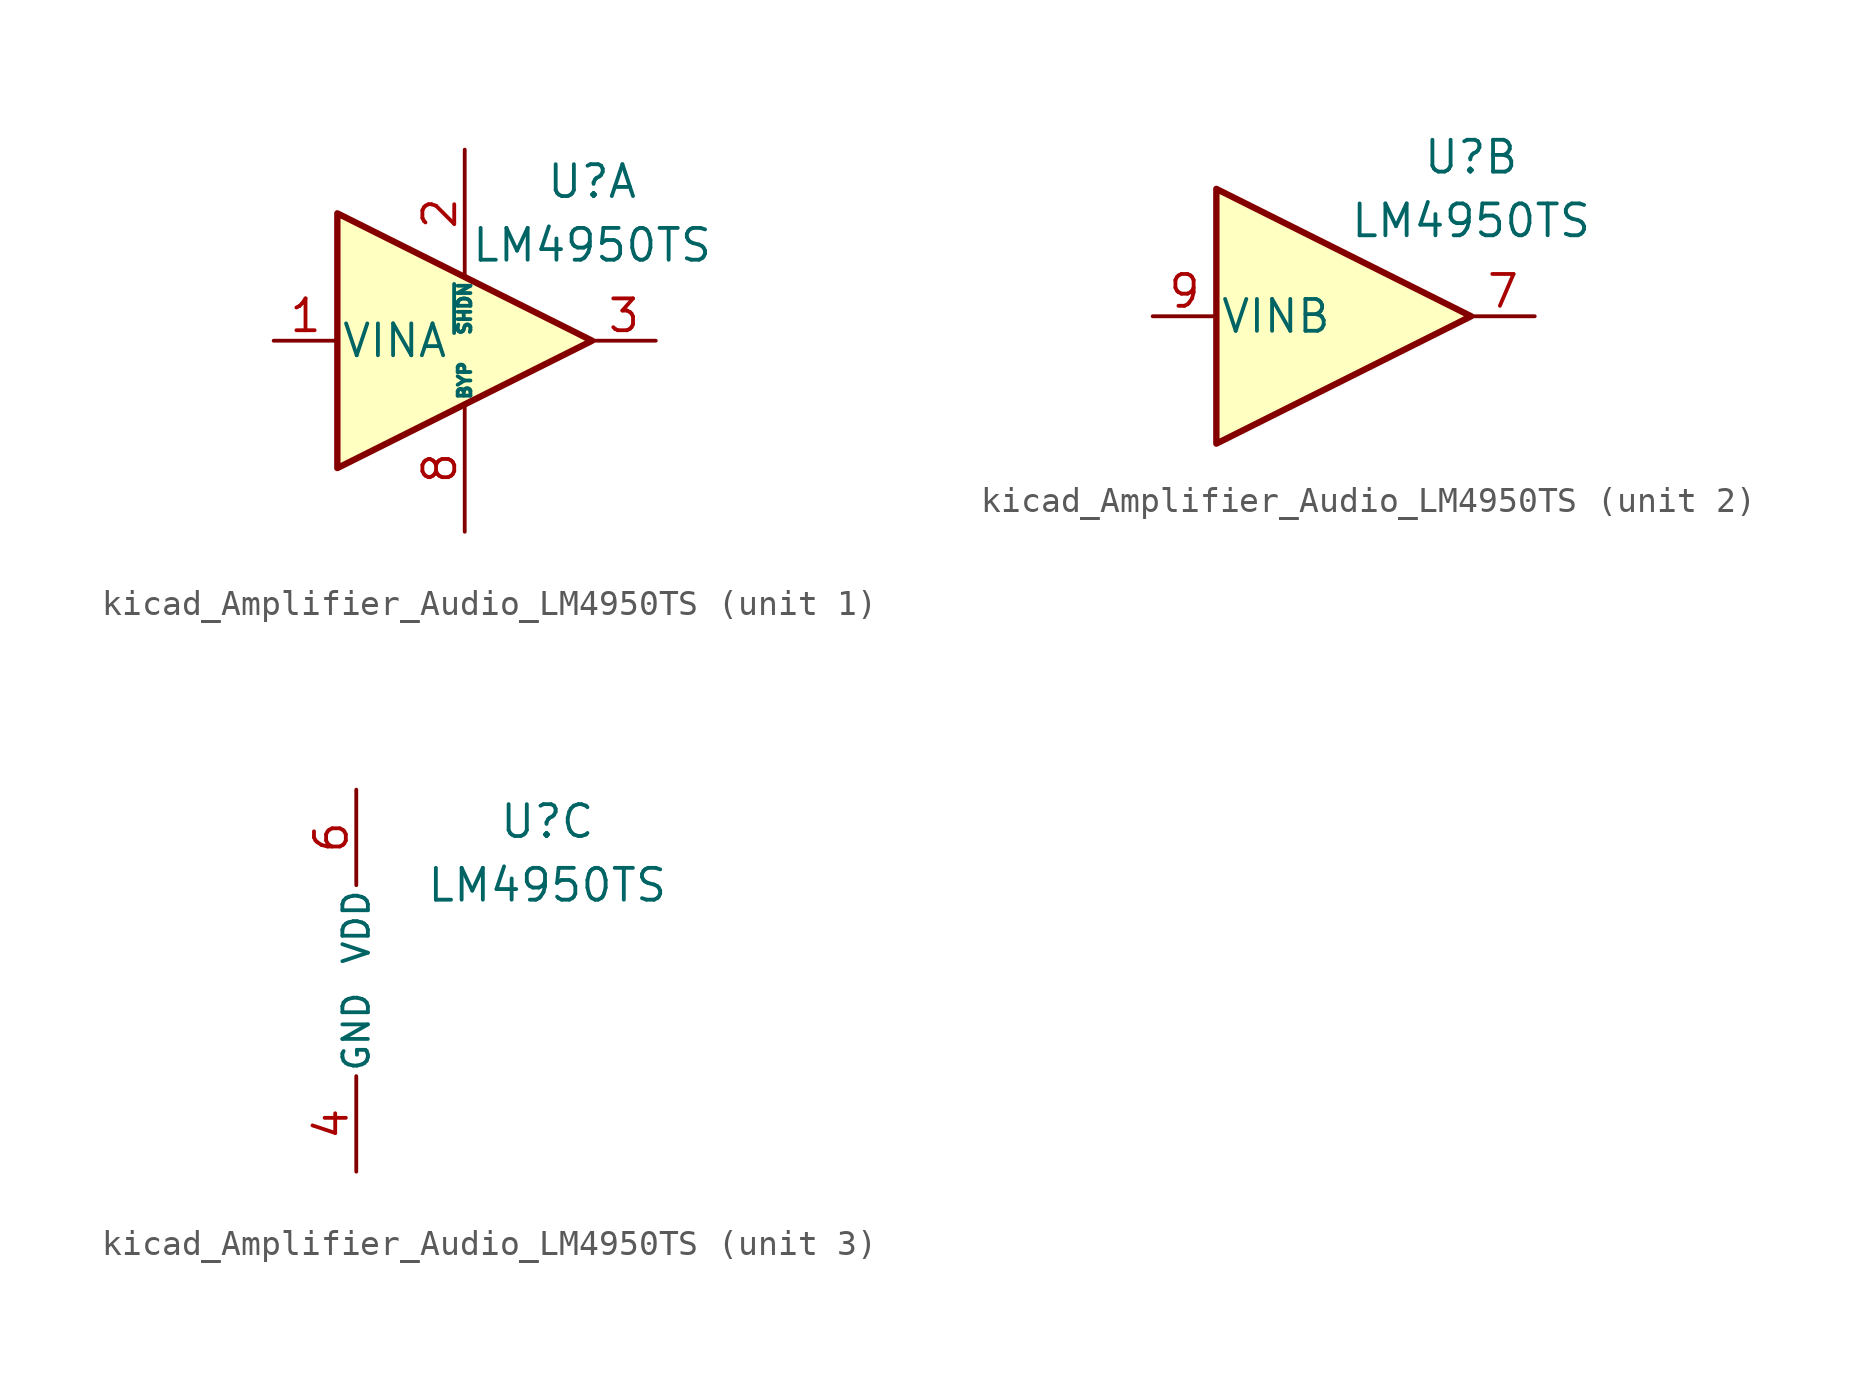
<source format=kicad_sym>
(kicad_symbol_lib
  (version 20220914)
  (generator kicad_symbol_editor)
  (symbol "kicad_Amplifier_Audio_LM4950TS"
    (pin_names
      (offset 0.127))
    (property "Reference" "U"
      (at 5.08 6.35 0)
      (effects (font (size 1.27 1.27))))
    (property "Value" "LM4950TS"
      (at 5.08 3.81 0)
      (effects (font (size 1.27 1.27))))
    (property "ki_locked" ""
      (at 0 0 0)
      (effects (font (size 1.27 1.27))))
    (symbol "kicad_Amplifier_Audio_LM4950TS_1_1"
      (polyline (pts (xy -5.08 5.08) (xy 5.08 0) (xy -5.08 -5.08) (xy -5.08 5.08)) (stroke (width 0.254) (type default)) (fill (type background)))
      (pin input line (at -7.62 0 0) (length 2.54) (name "VINA" (effects (font (size 1.27 1.27)))) (number "1" (effects (font (size 1.27 1.27)))))
      (pin input line (at 0 7.62 270) (length 5.08) (name "~{SHDN}" (effects (font (size 0.508 0.508)))) (number "2" (effects (font (size 1.27 1.27)))))
      (pin output line (at 7.62 0 180) (length 2.54) (name "~" (effects (font (size 1.27 1.27)))) (number "3" (effects (font (size 1.27 1.27)))))
      (pin passive line (at 0 -7.62 90) (length 5.08) (name "BYP" (effects (font (size 0.508 0.508)))) (number "8" (effects (font (size 1.27 1.27))))))
    (symbol "kicad_Amplifier_Audio_LM4950TS_2_1"
      (polyline (pts (xy -5.08 5.08) (xy 5.08 0) (xy -5.08 -5.08) (xy -5.08 5.08)) (stroke (width 0.254) (type default)) (fill (type background)))
      (pin output line (at 7.62 0 180) (length 2.54) (name "~" (effects (font (size 1.27 1.27)))) (number "7" (effects (font (size 1.27 1.27)))))
      (pin input line (at -7.62 0 0) (length 2.54) (name "VINB" (effects (font (size 1.27 1.27)))) (number "9" (effects (font (size 1.27 1.27))))))
    (symbol "kicad_Amplifier_Audio_LM4950TS_3_1"
      (pin power_in line (at -2.54 -7.62 90) (length 3.81) (name "GND" (effects (font (size 1.016 1.016)))) (number "4" (effects (font (size 1.27 1.27)))))
      (pin passive line (at -2.54 -7.62 90) (length 3.81) hide (name "GND" (effects (font (size 1.016 1.016)))) (number "5" (effects (font (size 1.27 1.27)))))
      (pin power_in line (at -2.54 7.62 270) (length 3.81) (name "VDD" (effects (font (size 1.016 1.016)))) (number "6" (effects (font (size 1.27 1.27))))))))
</source>
